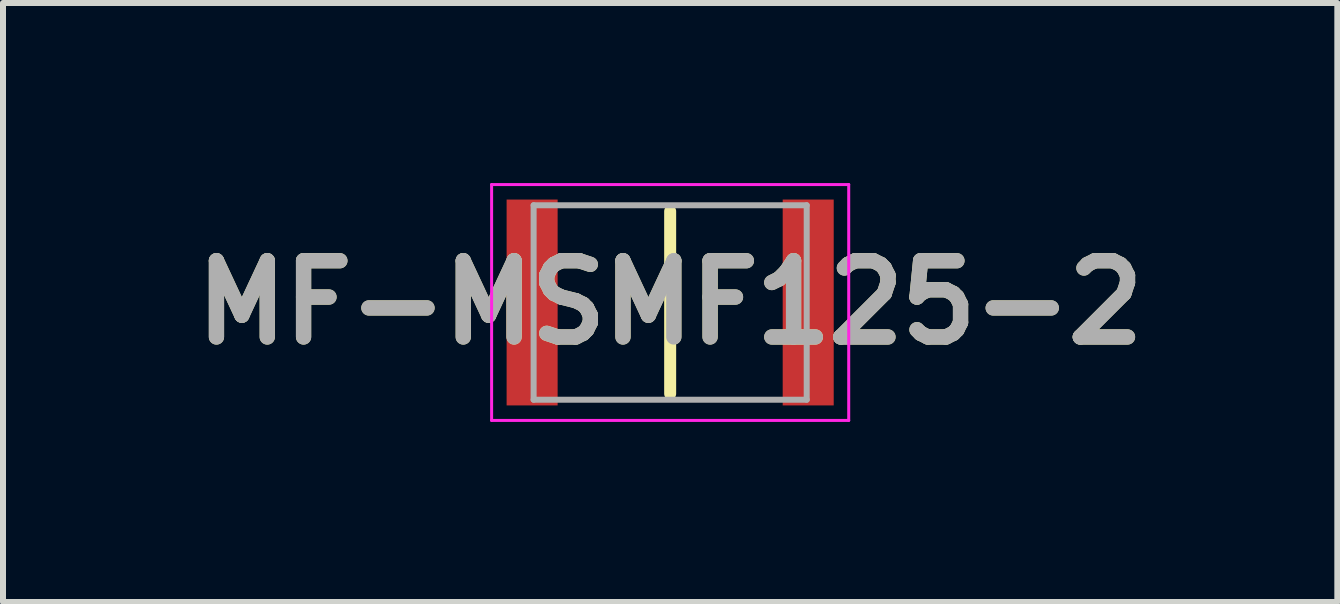
<source format=kicad_pcb>
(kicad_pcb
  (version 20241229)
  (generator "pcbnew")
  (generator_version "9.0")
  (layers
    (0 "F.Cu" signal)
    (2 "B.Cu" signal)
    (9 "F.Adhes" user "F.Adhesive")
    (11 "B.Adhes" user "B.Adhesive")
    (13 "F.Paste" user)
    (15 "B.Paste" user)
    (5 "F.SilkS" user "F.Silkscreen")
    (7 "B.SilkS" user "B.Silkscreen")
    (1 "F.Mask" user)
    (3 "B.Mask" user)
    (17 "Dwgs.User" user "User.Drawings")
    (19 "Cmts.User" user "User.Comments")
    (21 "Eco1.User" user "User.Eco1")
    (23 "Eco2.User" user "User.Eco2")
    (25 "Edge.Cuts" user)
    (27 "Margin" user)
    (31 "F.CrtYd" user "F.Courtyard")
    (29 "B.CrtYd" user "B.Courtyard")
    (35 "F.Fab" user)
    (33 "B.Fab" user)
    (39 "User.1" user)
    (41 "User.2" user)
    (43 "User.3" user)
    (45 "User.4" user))
  (footprint "MF-MSMF125-2"
    (layer "F.Cu")
    (at 8.116 1.99)
    (property "Reference" "MF-MSMF125-2" (at 0 0 0) (layer "F.SilkS") (effects (font (size 1.27 1.27) (thickness 0.254))))
    (attr smd)
    (fp_line (start 0 -1.52) (end 0 1.52) (stroke (width 0.2) (type solid)) (layer "F.SilkS"))
    (fp_line (start -2.975 -1.965) (end 2.975 -1.965) (stroke (width 0.05) (type solid)) (layer "F.CrtYd"))
    (fp_line (start -2.975 1.965) (end -2.975 -1.965) (stroke (width 0.05) (type solid)) (layer "F.CrtYd"))
    (fp_line (start 2.975 -1.965) (end 2.975 1.965) (stroke (width 0.05) (type solid)) (layer "F.CrtYd"))
    (fp_line (start 2.975 1.965) (end -2.975 1.965) (stroke (width 0.05) (type solid)) (layer "F.CrtYd"))
    (fp_line (start -2.275 -1.62) (end 2.275 -1.62) (stroke (width 0.1) (type solid)) (layer "F.Fab"))
    (fp_line (start -2.275 1.62) (end -2.275 -1.62) (stroke (width 0.1) (type solid)) (layer "F.Fab"))
    (fp_line (start 2.275 -1.62) (end 2.275 1.62) (stroke (width 0.1) (type solid)) (layer "F.Fab"))
    (fp_line (start 2.275 1.62) (end -2.275 1.62) (stroke (width 0.1) (type solid)) (layer "F.Fab"))
    (fp_text user "${REFERENCE}" (at 0 0 0) (layer "F.Fab") (effects (font (size 1.27 1.27) (thickness 0.254))))
    (pad "1" smd rect (at -2.3 0) (size 0.85 3.43) (layers "F.Cu" "F.Mask" "F.Paste"))
    (pad "2" smd rect (at 2.3 0) (size 0.85 3.43) (layers "F.Cu" "F.Mask" "F.Paste")))
  (gr_rect
    (start -3 -3)
    (end 19.232 6.98)
    (stroke (width 0.1) (type default))
    (fill no)
    (layer "Edge.Cuts")))
</source>
